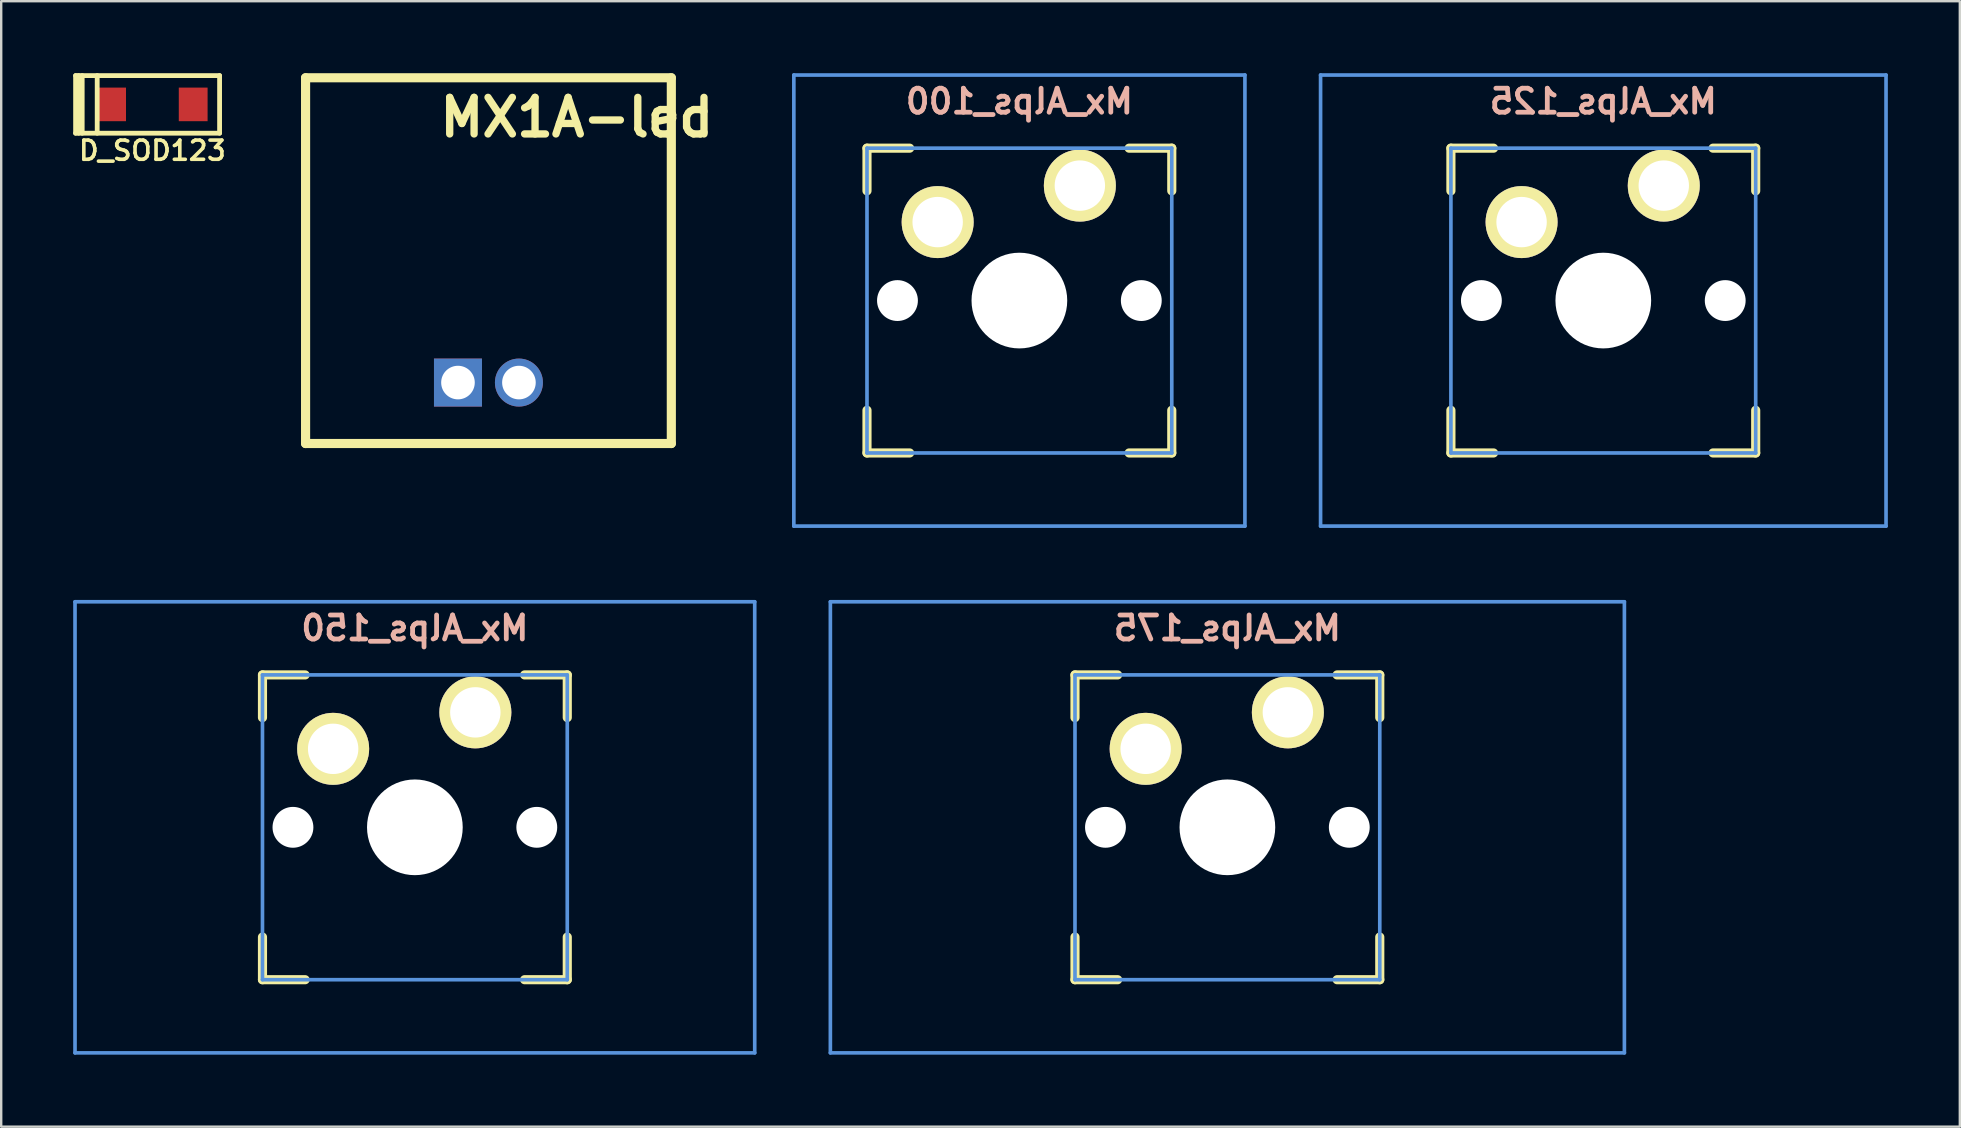
<source format=kicad_pcb>
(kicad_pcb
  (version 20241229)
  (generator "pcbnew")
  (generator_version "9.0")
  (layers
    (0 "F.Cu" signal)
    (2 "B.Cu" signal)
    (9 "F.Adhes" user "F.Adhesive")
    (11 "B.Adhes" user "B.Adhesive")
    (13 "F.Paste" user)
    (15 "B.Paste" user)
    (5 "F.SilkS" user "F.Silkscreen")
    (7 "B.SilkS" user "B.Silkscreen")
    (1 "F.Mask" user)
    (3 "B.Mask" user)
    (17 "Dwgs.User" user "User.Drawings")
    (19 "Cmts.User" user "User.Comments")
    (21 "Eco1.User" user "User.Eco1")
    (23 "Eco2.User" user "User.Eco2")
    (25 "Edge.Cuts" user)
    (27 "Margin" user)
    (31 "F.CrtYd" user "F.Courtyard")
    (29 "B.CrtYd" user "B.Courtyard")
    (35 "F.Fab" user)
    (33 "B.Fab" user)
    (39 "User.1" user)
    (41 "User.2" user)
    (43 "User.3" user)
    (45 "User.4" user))
  (footprint "D_SOD123"
    (layer "F.Cu")
    (at 3.3 1.3)
    (property "Reference" "D_SOD123" (at 0 1.925 0) (layer "F.SilkS") (effects (font (size 0.8 0.8) (thickness 0.15))))
    (attr smd)
    (fp_line (start -3.2 -1.2) (end 2.8 -1.2) (stroke (width 0.2) (type solid)) (layer "F.SilkS"))
    (fp_line (start -3.2 1.2) (end -3.2 -1.2) (stroke (width 0.2) (type solid)) (layer "F.SilkS"))
    (fp_line (start -3.075 1.2) (end -3.075 -1.2) (stroke (width 0.2) (type solid)) (layer "F.SilkS"))
    (fp_line (start -2.925 -1.2) (end -2.925 1.2) (stroke (width 0.2) (type solid)) (layer "F.SilkS"))
    (fp_line (start -2.3 -1.2) (end -2.3 1.2) (stroke (width 0.2) (type solid)) (layer "F.SilkS"))
    (fp_line (start 2.8 -1.2) (end 2.8 1.2) (stroke (width 0.2) (type solid)) (layer "F.SilkS"))
    (fp_line (start 2.8 1.2) (end -3.2 1.2) (stroke (width 0.2) (type solid)) (layer "F.SilkS"))
    (pad "1" smd rect (at -1.7 0) (size 1.2 1.4) (layers "F.Cu" "F.Mask" "F.Paste"))
    (pad "2" smd rect (at 1.7 0) (size 1.2 1.4) (layers "F.Cu" "F.Mask" "F.Paste")))
  (footprint "Mx_Alps_100"
    (layer "F.Cu")
    (at 39.426 9.474)
    (property "Reference" "Mx_Alps_100" (at 0 -8.3 0) (layer "B.SilkS") (effects (font (size 1 1) (thickness 0.2)) (justify mirror)))
    (attr through_hole)
    (fp_line (start -6.35 -6.35) (end -4.572 -6.35) (stroke (width 0.381) (type solid)) (layer "F.SilkS"))
    (fp_line (start -6.35 -4.572) (end -6.35 -6.35) (stroke (width 0.381) (type solid)) (layer "F.SilkS"))
    (fp_line (start -6.35 6.35) (end -6.35 4.572) (stroke (width 0.381) (type solid)) (layer "F.SilkS"))
    (fp_line (start -4.572 6.35) (end -6.35 6.35) (stroke (width 0.381) (type solid)) (layer "F.SilkS"))
    (fp_line (start 4.572 -6.35) (end 6.35 -6.35) (stroke (width 0.381) (type solid)) (layer "F.SilkS"))
    (fp_line (start 6.35 -6.35) (end 6.35 -4.572) (stroke (width 0.381) (type solid)) (layer "F.SilkS"))
    (fp_line (start 6.35 4.572) (end 6.35 6.35) (stroke (width 0.381) (type solid)) (layer "F.SilkS"))
    (fp_line (start 6.35 6.35) (end 4.572 6.35) (stroke (width 0.381) (type solid)) (layer "F.SilkS"))
    (fp_line (start -9.398 -9.398) (end 9.398 -9.398) (stroke (width 0.152) (type solid)) (layer "Cmts.User"))
    (fp_line (start -9.398 9.398) (end -9.398 -9.398) (stroke (width 0.152) (type solid)) (layer "Cmts.User"))
    (fp_line (start -6.35 -6.35) (end 6.35 -6.35) (stroke (width 0.152) (type solid)) (layer "Cmts.User"))
    (fp_line (start -6.35 6.35) (end -6.35 -6.35) (stroke (width 0.152) (type solid)) (layer "Cmts.User"))
    (fp_line (start 6.35 -6.35) (end 6.35 6.35) (stroke (width 0.152) (type solid)) (layer "Cmts.User"))
    (fp_line (start 6.35 6.35) (end -6.35 6.35) (stroke (width 0.152) (type solid)) (layer "Cmts.User"))
    (fp_line (start 9.398 -9.398) (end 9.398 9.398) (stroke (width 0.152) (type solid)) (layer "Cmts.User"))
    (fp_line (start 9.398 9.398) (end -9.398 9.398) (stroke (width 0.152) (type solid)) (layer "Cmts.User"))
    (fp_line (start -6.985 -6.985) (end 6.985 -6.985) (stroke (width 0.152) (type solid)) (layer "Eco2.User"))
    (fp_line (start -6.985 6.985) (end -6.985 -6.985) (stroke (width 0.152) (type solid)) (layer "Eco2.User"))
    (fp_line (start 6.985 -6.985) (end 6.985 6.985) (stroke (width 0.152) (type solid)) (layer "Eco2.User"))
    (fp_line (start 6.985 6.985) (end -6.985 6.985) (stroke (width 0.152) (type solid)) (layer "Eco2.User"))
    (pad "" np_thru_hole circle (at -5.08 0) (size 1.702 1.702) (drill 1.702) (layers "*.Cu"))
    (pad "" np_thru_hole circle (at 0 0) (size 3.988 3.988) (drill 3.988) (layers "*.Cu"))
    (pad "" np_thru_hole circle (at 5.08 0) (size 1.702 1.702) (drill 1.702) (layers "*.Cu"))
    (pad "1" thru_hole oval (at -3.405 -3.27) (size 3 3) (drill oval 2.1) (layers "*.Cu" "*.Mask" "F.SilkS"))
    (pad "2" thru_hole oval (at 2.52 -4.79) (size 3 3) (drill oval 2.1) (layers "*.Cu" "*.Mask" "F.SilkS")))
  (footprint "Mx_Alps_175"
    (layer "F.Cu")
    (at 48.093 31.423)
    (property "Reference" "Mx_Alps_175" (at 0 -8.3 0) (layer "B.SilkS") (effects (font (size 1 1) (thickness 0.2)) (justify mirror)))
    (attr through_hole)
    (fp_line (start -6.35 -6.35) (end -4.572 -6.35) (stroke (width 0.381) (type solid)) (layer "F.SilkS"))
    (fp_line (start -6.35 -4.572) (end -6.35 -6.35) (stroke (width 0.381) (type solid)) (layer "F.SilkS"))
    (fp_line (start -6.35 6.35) (end -6.35 4.572) (stroke (width 0.381) (type solid)) (layer "F.SilkS"))
    (fp_line (start -4.572 6.35) (end -6.35 6.35) (stroke (width 0.381) (type solid)) (layer "F.SilkS"))
    (fp_line (start 4.572 -6.35) (end 6.35 -6.35) (stroke (width 0.381) (type solid)) (layer "F.SilkS"))
    (fp_line (start 6.35 -6.35) (end 6.35 -4.572) (stroke (width 0.381) (type solid)) (layer "F.SilkS"))
    (fp_line (start 6.35 4.572) (end 6.35 6.35) (stroke (width 0.381) (type solid)) (layer "F.SilkS"))
    (fp_line (start 6.35 6.35) (end 4.572 6.35) (stroke (width 0.381) (type solid)) (layer "F.SilkS"))
    (fp_line (start -16.543 -9.398) (end 16.543 -9.398) (stroke (width 0.152) (type solid)) (layer "Cmts.User"))
    (fp_line (start -16.543 9.398) (end -16.543 -9.398) (stroke (width 0.152) (type solid)) (layer "Cmts.User"))
    (fp_line (start -6.35 -6.35) (end 6.35 -6.35) (stroke (width 0.152) (type solid)) (layer "Cmts.User"))
    (fp_line (start -6.35 6.35) (end -6.35 -6.35) (stroke (width 0.152) (type solid)) (layer "Cmts.User"))
    (fp_line (start 6.35 -6.35) (end 6.35 6.35) (stroke (width 0.152) (type solid)) (layer "Cmts.User"))
    (fp_line (start 6.35 6.35) (end -6.35 6.35) (stroke (width 0.152) (type solid)) (layer "Cmts.User"))
    (fp_line (start 16.543 -9.398) (end 16.543 9.398) (stroke (width 0.152) (type solid)) (layer "Cmts.User"))
    (fp_line (start 16.543 9.398) (end -16.543 9.398) (stroke (width 0.152) (type solid)) (layer "Cmts.User"))
    (fp_line (start -6.985 -6.985) (end 6.985 -6.985) (stroke (width 0.152) (type solid)) (layer "Eco2.User"))
    (fp_line (start -6.985 6.985) (end -6.985 -6.985) (stroke (width 0.152) (type solid)) (layer "Eco2.User"))
    (fp_line (start 6.985 -6.985) (end 6.985 6.985) (stroke (width 0.152) (type solid)) (layer "Eco2.User"))
    (fp_line (start 6.985 6.985) (end -6.985 6.985) (stroke (width 0.152) (type solid)) (layer "Eco2.User"))
    (pad "" np_thru_hole circle (at -5.08 0) (size 1.702 1.702) (drill 1.702) (layers "*.Cu"))
    (pad "" np_thru_hole circle (at 0 0) (size 3.988 3.988) (drill 3.988) (layers "*.Cu"))
    (pad "" np_thru_hole circle (at 5.08 0) (size 1.702 1.702) (drill 1.702) (layers "*.Cu"))
    (pad "1" thru_hole oval (at -3.405 -3.27) (size 3 3) (drill oval 2.1) (layers "*.Cu" "*.Mask" "F.SilkS"))
    (pad "2" thru_hole oval (at 2.52 -4.79) (size 3 3) (drill oval 2.1) (layers "*.Cu" "*.Mask" "F.SilkS")))
  (footprint "MX1A-led"
    (layer "F.Cu")
    (at 17.303 7.811)
    (property "Reference" "MX1A-led" (at 3.683 -5.969 0) (layer "F.SilkS") (effects (font (size 1.524 1.524) (thickness 0.305))))
    (attr through_hole)
    (fp_line (start -7.62 -7.62) (end 7.62 -7.62) (stroke (width 0.381) (type solid)) (layer "F.SilkS"))
    (fp_line (start -7.62 7.62) (end -7.62 -7.62) (stroke (width 0.381) (type solid)) (layer "F.SilkS"))
    (fp_line (start 7.62 -7.62) (end 7.62 7.62) (stroke (width 0.381) (type solid)) (layer "F.SilkS"))
    (fp_line (start 7.62 7.62) (end -7.62 7.62) (stroke (width 0.381) (type solid)) (layer "F.SilkS"))
    (pad "1" thru_hole rect (at -1.27 5.08) (size 2 2) (drill oval 1.4) (layers "*.Cu" "*.Mask"))
    (pad "2" thru_hole oval (at 1.27 5.08) (size 2 2) (drill oval 1.4) (layers "*.Cu" "*.Mask")))
  (footprint "Mx_Alps_125"
    (layer "F.Cu")
    (at 63.757 9.474)
    (property "Reference" "Mx_Alps_125" (at 0 -8.3 0) (layer "B.SilkS") (effects (font (size 1 1) (thickness 0.2)) (justify mirror)))
    (attr through_hole)
    (fp_line (start -6.35 -6.35) (end -4.572 -6.35) (stroke (width 0.381) (type solid)) (layer "F.SilkS"))
    (fp_line (start -6.35 -4.572) (end -6.35 -6.35) (stroke (width 0.381) (type solid)) (layer "F.SilkS"))
    (fp_line (start -6.35 6.35) (end -6.35 4.572) (stroke (width 0.381) (type solid)) (layer "F.SilkS"))
    (fp_line (start -4.572 6.35) (end -6.35 6.35) (stroke (width 0.381) (type solid)) (layer "F.SilkS"))
    (fp_line (start 4.572 -6.35) (end 6.35 -6.35) (stroke (width 0.381) (type solid)) (layer "F.SilkS"))
    (fp_line (start 6.35 -6.35) (end 6.35 -4.572) (stroke (width 0.381) (type solid)) (layer "F.SilkS"))
    (fp_line (start 6.35 4.572) (end 6.35 6.35) (stroke (width 0.381) (type solid)) (layer "F.SilkS"))
    (fp_line (start 6.35 6.35) (end 4.572 6.35) (stroke (width 0.381) (type solid)) (layer "F.SilkS"))
    (fp_line (start -11.781 -9.398) (end 11.781 -9.398) (stroke (width 0.152) (type solid)) (layer "Cmts.User"))
    (fp_line (start -11.781 9.398) (end -11.781 -9.398) (stroke (width 0.152) (type solid)) (layer "Cmts.User"))
    (fp_line (start -6.35 -6.35) (end 6.35 -6.35) (stroke (width 0.152) (type solid)) (layer "Cmts.User"))
    (fp_line (start -6.35 6.35) (end -6.35 -6.35) (stroke (width 0.152) (type solid)) (layer "Cmts.User"))
    (fp_line (start 6.35 -6.35) (end 6.35 6.35) (stroke (width 0.152) (type solid)) (layer "Cmts.User"))
    (fp_line (start 6.35 6.35) (end -6.35 6.35) (stroke (width 0.152) (type solid)) (layer "Cmts.User"))
    (fp_line (start 11.781 -9.398) (end 11.781 9.398) (stroke (width 0.152) (type solid)) (layer "Cmts.User"))
    (fp_line (start 11.781 9.398) (end -11.781 9.398) (stroke (width 0.152) (type solid)) (layer "Cmts.User"))
    (fp_line (start -6.985 -6.985) (end 6.985 -6.985) (stroke (width 0.152) (type solid)) (layer "Eco2.User"))
    (fp_line (start -6.985 6.985) (end -6.985 -6.985) (stroke (width 0.152) (type solid)) (layer "Eco2.User"))
    (fp_line (start 6.985 -6.985) (end 6.985 6.985) (stroke (width 0.152) (type solid)) (layer "Eco2.User"))
    (fp_line (start 6.985 6.985) (end -6.985 6.985) (stroke (width 0.152) (type solid)) (layer "Eco2.User"))
    (pad "" np_thru_hole circle (at -5.08 0) (size 1.702 1.702) (drill 1.702) (layers "*.Cu"))
    (pad "" np_thru_hole circle (at 0 0) (size 3.988 3.988) (drill 3.988) (layers "*.Cu"))
    (pad "" np_thru_hole circle (at 5.08 0) (size 1.702 1.702) (drill 1.702) (layers "*.Cu"))
    (pad "1" thru_hole oval (at -3.405 -3.27) (size 3 3) (drill oval 2.1) (layers "*.Cu" "*.Mask" "F.SilkS"))
    (pad "2" thru_hole oval (at 2.52 -4.79) (size 3 3) (drill oval 2.1) (layers "*.Cu" "*.Mask" "F.SilkS")))
  (footprint "Mx_Alps_150"
    (layer "F.Cu")
    (at 14.237 31.423)
    (property "Reference" "Mx_Alps_150" (at 0 -8.3 0) (layer "B.SilkS") (effects (font (size 1 1) (thickness 0.2)) (justify mirror)))
    (attr through_hole)
    (fp_line (start -6.35 -6.35) (end -4.572 -6.35) (stroke (width 0.381) (type solid)) (layer "F.SilkS"))
    (fp_line (start -6.35 -4.572) (end -6.35 -6.35) (stroke (width 0.381) (type solid)) (layer "F.SilkS"))
    (fp_line (start -6.35 6.35) (end -6.35 4.572) (stroke (width 0.381) (type solid)) (layer "F.SilkS"))
    (fp_line (start -4.572 6.35) (end -6.35 6.35) (stroke (width 0.381) (type solid)) (layer "F.SilkS"))
    (fp_line (start 4.572 -6.35) (end 6.35 -6.35) (stroke (width 0.381) (type solid)) (layer "F.SilkS"))
    (fp_line (start 6.35 -6.35) (end 6.35 -4.572) (stroke (width 0.381) (type solid)) (layer "F.SilkS"))
    (fp_line (start 6.35 4.572) (end 6.35 6.35) (stroke (width 0.381) (type solid)) (layer "F.SilkS"))
    (fp_line (start 6.35 6.35) (end 4.572 6.35) (stroke (width 0.381) (type solid)) (layer "F.SilkS"))
    (fp_line (start -14.161 -9.398) (end 14.161 -9.398) (stroke (width 0.152) (type solid)) (layer "Cmts.User"))
    (fp_line (start -14.161 9.398) (end -14.161 -9.398) (stroke (width 0.152) (type solid)) (layer "Cmts.User"))
    (fp_line (start -6.35 -6.35) (end 6.35 -6.35) (stroke (width 0.152) (type solid)) (layer "Cmts.User"))
    (fp_line (start -6.35 6.35) (end -6.35 -6.35) (stroke (width 0.152) (type solid)) (layer "Cmts.User"))
    (fp_line (start 6.35 -6.35) (end 6.35 6.35) (stroke (width 0.152) (type solid)) (layer "Cmts.User"))
    (fp_line (start 6.35 6.35) (end -6.35 6.35) (stroke (width 0.152) (type solid)) (layer "Cmts.User"))
    (fp_line (start 14.161 -9.398) (end 14.161 9.398) (stroke (width 0.152) (type solid)) (layer "Cmts.User"))
    (fp_line (start 14.161 9.398) (end -14.161 9.398) (stroke (width 0.152) (type solid)) (layer "Cmts.User"))
    (fp_line (start -6.985 -6.985) (end 6.985 -6.985) (stroke (width 0.152) (type solid)) (layer "Eco2.User"))
    (fp_line (start -6.985 6.985) (end -6.985 -6.985) (stroke (width 0.152) (type solid)) (layer "Eco2.User"))
    (fp_line (start 6.985 -6.985) (end 6.985 6.985) (stroke (width 0.152) (type solid)) (layer "Eco2.User"))
    (fp_line (start 6.985 6.985) (end -6.985 6.985) (stroke (width 0.152) (type solid)) (layer "Eco2.User"))
    (pad "" np_thru_hole circle (at -5.08 0) (size 1.702 1.702) (drill 1.702) (layers "*.Cu"))
    (pad "" np_thru_hole circle (at 0 0) (size 3.988 3.988) (drill 3.988) (layers "*.Cu"))
    (pad "" np_thru_hole circle (at 5.08 0) (size 1.702 1.702) (drill 1.702) (layers "*.Cu"))
    (pad "1" thru_hole oval (at -3.405 -3.27) (size 3 3) (drill oval 2.1) (layers "*.Cu" "*.Mask" "F.SilkS"))
    (pad "2" thru_hole oval (at 2.52 -4.79) (size 3 3) (drill oval 2.1) (layers "*.Cu" "*.Mask" "F.SilkS")))
  (gr_rect
    (start -3 -3)
    (end 78.613 43.897)
    (stroke (width 0.1) (type default))
    (fill no)
    (layer "Edge.Cuts")))
</source>
